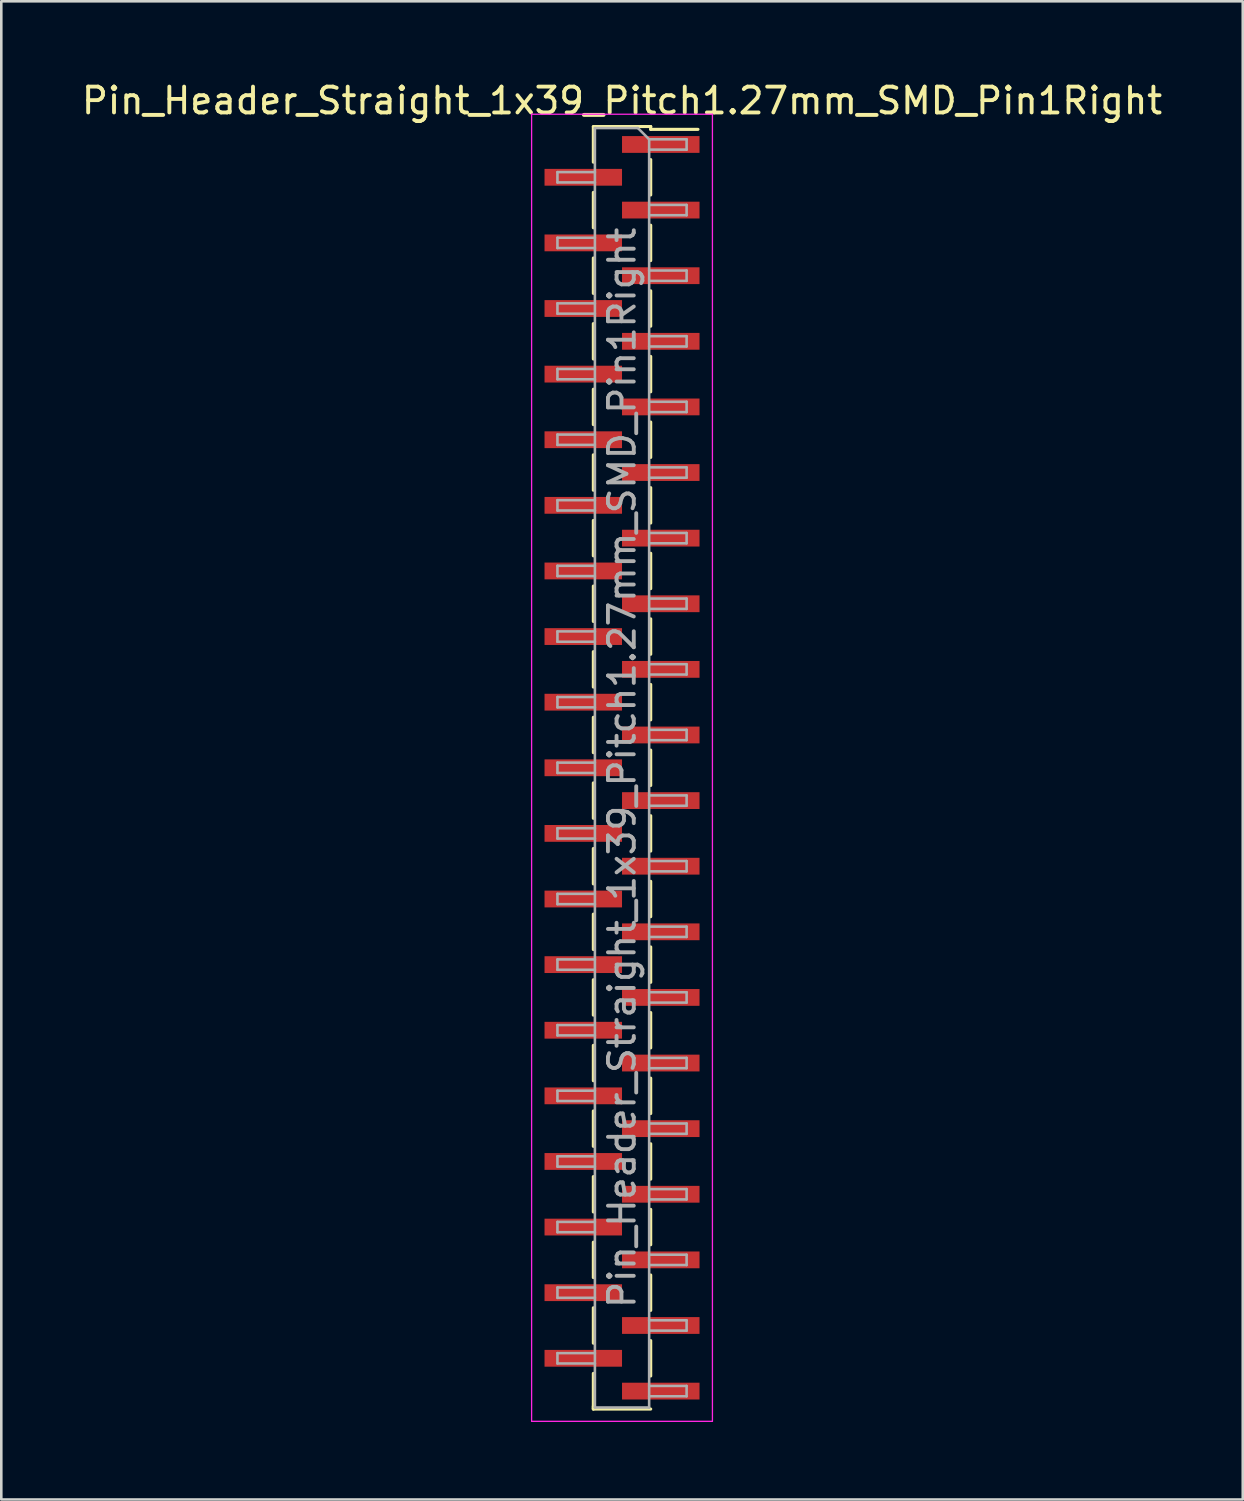
<source format=kicad_pcb>
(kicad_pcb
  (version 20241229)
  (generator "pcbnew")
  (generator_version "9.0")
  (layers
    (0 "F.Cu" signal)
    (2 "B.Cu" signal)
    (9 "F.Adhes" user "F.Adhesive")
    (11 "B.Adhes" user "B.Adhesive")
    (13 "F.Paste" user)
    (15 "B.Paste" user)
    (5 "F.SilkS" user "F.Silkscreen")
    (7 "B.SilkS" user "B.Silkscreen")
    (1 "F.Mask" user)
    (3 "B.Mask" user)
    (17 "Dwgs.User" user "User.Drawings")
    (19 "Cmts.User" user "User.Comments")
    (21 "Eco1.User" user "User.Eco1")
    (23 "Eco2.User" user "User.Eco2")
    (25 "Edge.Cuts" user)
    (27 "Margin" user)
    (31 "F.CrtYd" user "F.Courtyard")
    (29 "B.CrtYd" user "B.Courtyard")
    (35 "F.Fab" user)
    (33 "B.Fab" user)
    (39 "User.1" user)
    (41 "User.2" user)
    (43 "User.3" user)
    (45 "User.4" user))
  (footprint "Pin_Header_Straight_1x39_Pitch1.27mm_SMD_Pin1Right"
    (layer "F.Cu")
    (at 21.03 26.673)
    (property "Reference" "Pin_Header_Straight_1x39_Pitch1.27mm_SMD_Pin1Right" (at 0 -25.825 0) (layer "F.SilkS") (effects (font (size 1 1) (thickness 0.15))))
    (attr smd)
    (fp_line (start -1.11 -24.825) (end 1.11 -24.825) (stroke (width 0.12) (type solid)) (layer "F.SilkS"))
    (fp_line (start -1.11 -24.815) (end -1.11 -23.445) (stroke (width 0.12) (type solid)) (layer "F.SilkS"))
    (fp_line (start -1.11 -22.275) (end -1.11 -20.905) (stroke (width 0.12) (type solid)) (layer "F.SilkS"))
    (fp_line (start -1.11 -19.735) (end -1.11 -18.365) (stroke (width 0.12) (type solid)) (layer "F.SilkS"))
    (fp_line (start -1.11 -17.195) (end -1.11 -15.825) (stroke (width 0.12) (type solid)) (layer "F.SilkS"))
    (fp_line (start -1.11 -14.655) (end -1.11 -13.285) (stroke (width 0.12) (type solid)) (layer "F.SilkS"))
    (fp_line (start -1.11 -12.115) (end -1.11 -10.745) (stroke (width 0.12) (type solid)) (layer "F.SilkS"))
    (fp_line (start -1.11 -9.575) (end -1.11 -8.205) (stroke (width 0.12) (type solid)) (layer "F.SilkS"))
    (fp_line (start -1.11 -7.035) (end -1.11 -5.665) (stroke (width 0.12) (type solid)) (layer "F.SilkS"))
    (fp_line (start -1.11 -4.495) (end -1.11 -3.125) (stroke (width 0.12) (type solid)) (layer "F.SilkS"))
    (fp_line (start -1.11 -1.955) (end -1.11 -0.585) (stroke (width 0.12) (type solid)) (layer "F.SilkS"))
    (fp_line (start -1.11 0.585) (end -1.11 1.955) (stroke (width 0.12) (type solid)) (layer "F.SilkS"))
    (fp_line (start -1.11 3.125) (end -1.11 4.495) (stroke (width 0.12) (type solid)) (layer "F.SilkS"))
    (fp_line (start -1.11 5.665) (end -1.11 7.035) (stroke (width 0.12) (type solid)) (layer "F.SilkS"))
    (fp_line (start -1.11 8.205) (end -1.11 9.575) (stroke (width 0.12) (type solid)) (layer "F.SilkS"))
    (fp_line (start -1.11 10.745) (end -1.11 12.115) (stroke (width 0.12) (type solid)) (layer "F.SilkS"))
    (fp_line (start -1.11 13.285) (end -1.11 14.655) (stroke (width 0.12) (type solid)) (layer "F.SilkS"))
    (fp_line (start -1.11 15.825) (end -1.11 17.195) (stroke (width 0.12) (type solid)) (layer "F.SilkS"))
    (fp_line (start -1.11 18.365) (end -1.11 19.735) (stroke (width 0.12) (type solid)) (layer "F.SilkS"))
    (fp_line (start -1.11 20.905) (end -1.11 22.275) (stroke (width 0.12) (type solid)) (layer "F.SilkS"))
    (fp_line (start -1.11 23.445) (end -1.11 24.815) (stroke (width 0.12) (type solid)) (layer "F.SilkS"))
    (fp_line (start -1.11 24.715) (end -1.11 24.825) (stroke (width 0.12) (type solid)) (layer "F.SilkS"))
    (fp_line (start -1.11 24.825) (end 1.11 24.825) (stroke (width 0.12) (type solid)) (layer "F.SilkS"))
    (fp_line (start 1.11 -24.825) (end 1.11 -24.715) (stroke (width 0.12) (type solid)) (layer "F.SilkS"))
    (fp_line (start 1.11 -24.715) (end 2.94 -24.715) (stroke (width 0.12) (type solid)) (layer "F.SilkS"))
    (fp_line (start 1.11 -23.545) (end 1.11 -22.175) (stroke (width 0.12) (type solid)) (layer "F.SilkS"))
    (fp_line (start 1.11 -21.005) (end 1.11 -19.635) (stroke (width 0.12) (type solid)) (layer "F.SilkS"))
    (fp_line (start 1.11 -18.465) (end 1.11 -17.095) (stroke (width 0.12) (type solid)) (layer "F.SilkS"))
    (fp_line (start 1.11 -15.925) (end 1.11 -14.555) (stroke (width 0.12) (type solid)) (layer "F.SilkS"))
    (fp_line (start 1.11 -13.385) (end 1.11 -12.015) (stroke (width 0.12) (type solid)) (layer "F.SilkS"))
    (fp_line (start 1.11 -10.845) (end 1.11 -9.475) (stroke (width 0.12) (type solid)) (layer "F.SilkS"))
    (fp_line (start 1.11 -8.305) (end 1.11 -6.935) (stroke (width 0.12) (type solid)) (layer "F.SilkS"))
    (fp_line (start 1.11 -5.765) (end 1.11 -4.395) (stroke (width 0.12) (type solid)) (layer "F.SilkS"))
    (fp_line (start 1.11 -3.225) (end 1.11 -1.855) (stroke (width 0.12) (type solid)) (layer "F.SilkS"))
    (fp_line (start 1.11 -0.685) (end 1.11 0.685) (stroke (width 0.12) (type solid)) (layer "F.SilkS"))
    (fp_line (start 1.11 1.855) (end 1.11 3.225) (stroke (width 0.12) (type solid)) (layer "F.SilkS"))
    (fp_line (start 1.11 4.395) (end 1.11 5.765) (stroke (width 0.12) (type solid)) (layer "F.SilkS"))
    (fp_line (start 1.11 6.935) (end 1.11 8.305) (stroke (width 0.12) (type solid)) (layer "F.SilkS"))
    (fp_line (start 1.11 9.475) (end 1.11 10.845) (stroke (width 0.12) (type solid)) (layer "F.SilkS"))
    (fp_line (start 1.11 12.015) (end 1.11 13.385) (stroke (width 0.12) (type solid)) (layer "F.SilkS"))
    (fp_line (start 1.11 14.555) (end 1.11 15.925) (stroke (width 0.12) (type solid)) (layer "F.SilkS"))
    (fp_line (start 1.11 17.095) (end 1.11 18.465) (stroke (width 0.12) (type solid)) (layer "F.SilkS"))
    (fp_line (start 1.11 19.635) (end 1.11 21.005) (stroke (width 0.12) (type solid)) (layer "F.SilkS"))
    (fp_line (start 1.11 22.175) (end 1.11 23.545) (stroke (width 0.12) (type solid)) (layer "F.SilkS"))
    (fp_line (start -3.5 -25.3) (end -3.5 25.3) (stroke (width 0.05) (type solid)) (layer "F.CrtYd"))
    (fp_line (start -3.5 25.3) (end 3.5 25.3) (stroke (width 0.05) (type solid)) (layer "F.CrtYd"))
    (fp_line (start 3.5 -25.3) (end -3.5 -25.3) (stroke (width 0.05) (type solid)) (layer "F.CrtYd"))
    (fp_line (start 3.5 25.3) (end 3.5 -25.3) (stroke (width 0.05) (type solid)) (layer "F.CrtYd"))
    (fp_line (start -2.5 -23.06) (end -2.5 -22.66) (stroke (width 0.1) (type solid)) (layer "F.Fab"))
    (fp_line (start -2.5 -22.66) (end -1.05 -22.66) (stroke (width 0.1) (type solid)) (layer "F.Fab"))
    (fp_line (start -2.5 -20.52) (end -2.5 -20.12) (stroke (width 0.1) (type solid)) (layer "F.Fab"))
    (fp_line (start -2.5 -20.12) (end -1.05 -20.12) (stroke (width 0.1) (type solid)) (layer "F.Fab"))
    (fp_line (start -2.5 -17.98) (end -2.5 -17.58) (stroke (width 0.1) (type solid)) (layer "F.Fab"))
    (fp_line (start -2.5 -17.58) (end -1.05 -17.58) (stroke (width 0.1) (type solid)) (layer "F.Fab"))
    (fp_line (start -2.5 -15.44) (end -2.5 -15.04) (stroke (width 0.1) (type solid)) (layer "F.Fab"))
    (fp_line (start -2.5 -15.04) (end -1.05 -15.04) (stroke (width 0.1) (type solid)) (layer "F.Fab"))
    (fp_line (start -2.5 -12.9) (end -2.5 -12.5) (stroke (width 0.1) (type solid)) (layer "F.Fab"))
    (fp_line (start -2.5 -12.5) (end -1.05 -12.5) (stroke (width 0.1) (type solid)) (layer "F.Fab"))
    (fp_line (start -2.5 -10.36) (end -2.5 -9.96) (stroke (width 0.1) (type solid)) (layer "F.Fab"))
    (fp_line (start -2.5 -9.96) (end -1.05 -9.96) (stroke (width 0.1) (type solid)) (layer "F.Fab"))
    (fp_line (start -2.5 -7.82) (end -2.5 -7.42) (stroke (width 0.1) (type solid)) (layer "F.Fab"))
    (fp_line (start -2.5 -7.42) (end -1.05 -7.42) (stroke (width 0.1) (type solid)) (layer "F.Fab"))
    (fp_line (start -2.5 -5.28) (end -2.5 -4.88) (stroke (width 0.1) (type solid)) (layer "F.Fab"))
    (fp_line (start -2.5 -4.88) (end -1.05 -4.88) (stroke (width 0.1) (type solid)) (layer "F.Fab"))
    (fp_line (start -2.5 -2.74) (end -2.5 -2.34) (stroke (width 0.1) (type solid)) (layer "F.Fab"))
    (fp_line (start -2.5 -2.34) (end -1.05 -2.34) (stroke (width 0.1) (type solid)) (layer "F.Fab"))
    (fp_line (start -2.5 -0.2) (end -2.5 0.2) (stroke (width 0.1) (type solid)) (layer "F.Fab"))
    (fp_line (start -2.5 0.2) (end -1.05 0.2) (stroke (width 0.1) (type solid)) (layer "F.Fab"))
    (fp_line (start -2.5 2.34) (end -2.5 2.74) (stroke (width 0.1) (type solid)) (layer "F.Fab"))
    (fp_line (start -2.5 2.74) (end -1.05 2.74) (stroke (width 0.1) (type solid)) (layer "F.Fab"))
    (fp_line (start -2.5 4.88) (end -2.5 5.28) (stroke (width 0.1) (type solid)) (layer "F.Fab"))
    (fp_line (start -2.5 5.28) (end -1.05 5.28) (stroke (width 0.1) (type solid)) (layer "F.Fab"))
    (fp_line (start -2.5 7.42) (end -2.5 7.82) (stroke (width 0.1) (type solid)) (layer "F.Fab"))
    (fp_line (start -2.5 7.82) (end -1.05 7.82) (stroke (width 0.1) (type solid)) (layer "F.Fab"))
    (fp_line (start -2.5 9.96) (end -2.5 10.36) (stroke (width 0.1) (type solid)) (layer "F.Fab"))
    (fp_line (start -2.5 10.36) (end -1.05 10.36) (stroke (width 0.1) (type solid)) (layer "F.Fab"))
    (fp_line (start -2.5 12.5) (end -2.5 12.9) (stroke (width 0.1) (type solid)) (layer "F.Fab"))
    (fp_line (start -2.5 12.9) (end -1.05 12.9) (stroke (width 0.1) (type solid)) (layer "F.Fab"))
    (fp_line (start -2.5 15.04) (end -2.5 15.44) (stroke (width 0.1) (type solid)) (layer "F.Fab"))
    (fp_line (start -2.5 15.44) (end -1.05 15.44) (stroke (width 0.1) (type solid)) (layer "F.Fab"))
    (fp_line (start -2.5 17.58) (end -2.5 17.98) (stroke (width 0.1) (type solid)) (layer "F.Fab"))
    (fp_line (start -2.5 17.98) (end -1.05 17.98) (stroke (width 0.1) (type solid)) (layer "F.Fab"))
    (fp_line (start -2.5 20.12) (end -2.5 20.52) (stroke (width 0.1) (type solid)) (layer "F.Fab"))
    (fp_line (start -2.5 20.52) (end -1.05 20.52) (stroke (width 0.1) (type solid)) (layer "F.Fab"))
    (fp_line (start -2.5 22.66) (end -2.5 23.06) (stroke (width 0.1) (type solid)) (layer "F.Fab"))
    (fp_line (start -2.5 23.06) (end -1.05 23.06) (stroke (width 0.1) (type solid)) (layer "F.Fab"))
    (fp_line (start -1.05 -24.765) (end -1.05 24.765) (stroke (width 0.1) (type solid)) (layer "F.Fab"))
    (fp_line (start -1.05 -24.765) (end 0.615 -24.765) (stroke (width 0.1) (type solid)) (layer "F.Fab"))
    (fp_line (start -1.05 -23.06) (end -2.5 -23.06) (stroke (width 0.1) (type solid)) (layer "F.Fab"))
    (fp_line (start -1.05 -20.52) (end -2.5 -20.52) (stroke (width 0.1) (type solid)) (layer "F.Fab"))
    (fp_line (start -1.05 -17.98) (end -2.5 -17.98) (stroke (width 0.1) (type solid)) (layer "F.Fab"))
    (fp_line (start -1.05 -15.44) (end -2.5 -15.44) (stroke (width 0.1) (type solid)) (layer "F.Fab"))
    (fp_line (start -1.05 -12.9) (end -2.5 -12.9) (stroke (width 0.1) (type solid)) (layer "F.Fab"))
    (fp_line (start -1.05 -10.36) (end -2.5 -10.36) (stroke (width 0.1) (type solid)) (layer "F.Fab"))
    (fp_line (start -1.05 -7.82) (end -2.5 -7.82) (stroke (width 0.1) (type solid)) (layer "F.Fab"))
    (fp_line (start -1.05 -5.28) (end -2.5 -5.28) (stroke (width 0.1) (type solid)) (layer "F.Fab"))
    (fp_line (start -1.05 -2.74) (end -2.5 -2.74) (stroke (width 0.1) (type solid)) (layer "F.Fab"))
    (fp_line (start -1.05 -0.2) (end -2.5 -0.2) (stroke (width 0.1) (type solid)) (layer "F.Fab"))
    (fp_line (start -1.05 2.34) (end -2.5 2.34) (stroke (width 0.1) (type solid)) (layer "F.Fab"))
    (fp_line (start -1.05 4.88) (end -2.5 4.88) (stroke (width 0.1) (type solid)) (layer "F.Fab"))
    (fp_line (start -1.05 7.42) (end -2.5 7.42) (stroke (width 0.1) (type solid)) (layer "F.Fab"))
    (fp_line (start -1.05 9.96) (end -2.5 9.96) (stroke (width 0.1) (type solid)) (layer "F.Fab"))
    (fp_line (start -1.05 12.5) (end -2.5 12.5) (stroke (width 0.1) (type solid)) (layer "F.Fab"))
    (fp_line (start -1.05 15.04) (end -2.5 15.04) (stroke (width 0.1) (type solid)) (layer "F.Fab"))
    (fp_line (start -1.05 17.58) (end -2.5 17.58) (stroke (width 0.1) (type solid)) (layer "F.Fab"))
    (fp_line (start -1.05 20.12) (end -2.5 20.12) (stroke (width 0.1) (type solid)) (layer "F.Fab"))
    (fp_line (start -1.05 22.66) (end -2.5 22.66) (stroke (width 0.1) (type solid)) (layer "F.Fab"))
    (fp_line (start 1.05 -24.33) (end 0.615 -24.765) (stroke (width 0.1) (type solid)) (layer "F.Fab"))
    (fp_line (start 1.05 -24.33) (end 2.5 -24.33) (stroke (width 0.1) (type solid)) (layer "F.Fab"))
    (fp_line (start 1.05 -21.79) (end 2.5 -21.79) (stroke (width 0.1) (type solid)) (layer "F.Fab"))
    (fp_line (start 1.05 -19.25) (end 2.5 -19.25) (stroke (width 0.1) (type solid)) (layer "F.Fab"))
    (fp_line (start 1.05 -16.71) (end 2.5 -16.71) (stroke (width 0.1) (type solid)) (layer "F.Fab"))
    (fp_line (start 1.05 -14.17) (end 2.5 -14.17) (stroke (width 0.1) (type solid)) (layer "F.Fab"))
    (fp_line (start 1.05 -11.63) (end 2.5 -11.63) (stroke (width 0.1) (type solid)) (layer "F.Fab"))
    (fp_line (start 1.05 -9.09) (end 2.5 -9.09) (stroke (width 0.1) (type solid)) (layer "F.Fab"))
    (fp_line (start 1.05 -6.55) (end 2.5 -6.55) (stroke (width 0.1) (type solid)) (layer "F.Fab"))
    (fp_line (start 1.05 -4.01) (end 2.5 -4.01) (stroke (width 0.1) (type solid)) (layer "F.Fab"))
    (fp_line (start 1.05 -1.47) (end 2.5 -1.47) (stroke (width 0.1) (type solid)) (layer "F.Fab"))
    (fp_line (start 1.05 1.07) (end 2.5 1.07) (stroke (width 0.1) (type solid)) (layer "F.Fab"))
    (fp_line (start 1.05 3.61) (end 2.5 3.61) (stroke (width 0.1) (type solid)) (layer "F.Fab"))
    (fp_line (start 1.05 6.15) (end 2.5 6.15) (stroke (width 0.1) (type solid)) (layer "F.Fab"))
    (fp_line (start 1.05 8.69) (end 2.5 8.69) (stroke (width 0.1) (type solid)) (layer "F.Fab"))
    (fp_line (start 1.05 11.23) (end 2.5 11.23) (stroke (width 0.1) (type solid)) (layer "F.Fab"))
    (fp_line (start 1.05 13.77) (end 2.5 13.77) (stroke (width 0.1) (type solid)) (layer "F.Fab"))
    (fp_line (start 1.05 16.31) (end 2.5 16.31) (stroke (width 0.1) (type solid)) (layer "F.Fab"))
    (fp_line (start 1.05 18.85) (end 2.5 18.85) (stroke (width 0.1) (type solid)) (layer "F.Fab"))
    (fp_line (start 1.05 21.39) (end 2.5 21.39) (stroke (width 0.1) (type solid)) (layer "F.Fab"))
    (fp_line (start 1.05 23.93) (end 2.5 23.93) (stroke (width 0.1) (type solid)) (layer "F.Fab"))
    (fp_line (start 1.05 24.765) (end -1.05 24.765) (stroke (width 0.1) (type solid)) (layer "F.Fab"))
    (fp_line (start 1.05 24.765) (end 1.05 -24.33) (stroke (width 0.1) (type solid)) (layer "F.Fab"))
    (fp_line (start 2.5 -24.33) (end 2.5 -23.93) (stroke (width 0.1) (type solid)) (layer "F.Fab"))
    (fp_line (start 2.5 -23.93) (end 1.05 -23.93) (stroke (width 0.1) (type solid)) (layer "F.Fab"))
    (fp_line (start 2.5 -21.79) (end 2.5 -21.39) (stroke (width 0.1) (type solid)) (layer "F.Fab"))
    (fp_line (start 2.5 -21.39) (end 1.05 -21.39) (stroke (width 0.1) (type solid)) (layer "F.Fab"))
    (fp_line (start 2.5 -19.25) (end 2.5 -18.85) (stroke (width 0.1) (type solid)) (layer "F.Fab"))
    (fp_line (start 2.5 -18.85) (end 1.05 -18.85) (stroke (width 0.1) (type solid)) (layer "F.Fab"))
    (fp_line (start 2.5 -16.71) (end 2.5 -16.31) (stroke (width 0.1) (type solid)) (layer "F.Fab"))
    (fp_line (start 2.5 -16.31) (end 1.05 -16.31) (stroke (width 0.1) (type solid)) (layer "F.Fab"))
    (fp_line (start 2.5 -14.17) (end 2.5 -13.77) (stroke (width 0.1) (type solid)) (layer "F.Fab"))
    (fp_line (start 2.5 -13.77) (end 1.05 -13.77) (stroke (width 0.1) (type solid)) (layer "F.Fab"))
    (fp_line (start 2.5 -11.63) (end 2.5 -11.23) (stroke (width 0.1) (type solid)) (layer "F.Fab"))
    (fp_line (start 2.5 -11.23) (end 1.05 -11.23) (stroke (width 0.1) (type solid)) (layer "F.Fab"))
    (fp_line (start 2.5 -9.09) (end 2.5 -8.69) (stroke (width 0.1) (type solid)) (layer "F.Fab"))
    (fp_line (start 2.5 -8.69) (end 1.05 -8.69) (stroke (width 0.1) (type solid)) (layer "F.Fab"))
    (fp_line (start 2.5 -6.55) (end 2.5 -6.15) (stroke (width 0.1) (type solid)) (layer "F.Fab"))
    (fp_line (start 2.5 -6.15) (end 1.05 -6.15) (stroke (width 0.1) (type solid)) (layer "F.Fab"))
    (fp_line (start 2.5 -4.01) (end 2.5 -3.61) (stroke (width 0.1) (type solid)) (layer "F.Fab"))
    (fp_line (start 2.5 -3.61) (end 1.05 -3.61) (stroke (width 0.1) (type solid)) (layer "F.Fab"))
    (fp_line (start 2.5 -1.47) (end 2.5 -1.07) (stroke (width 0.1) (type solid)) (layer "F.Fab"))
    (fp_line (start 2.5 -1.07) (end 1.05 -1.07) (stroke (width 0.1) (type solid)) (layer "F.Fab"))
    (fp_line (start 2.5 1.07) (end 2.5 1.47) (stroke (width 0.1) (type solid)) (layer "F.Fab"))
    (fp_line (start 2.5 1.47) (end 1.05 1.47) (stroke (width 0.1) (type solid)) (layer "F.Fab"))
    (fp_line (start 2.5 3.61) (end 2.5 4.01) (stroke (width 0.1) (type solid)) (layer "F.Fab"))
    (fp_line (start 2.5 4.01) (end 1.05 4.01) (stroke (width 0.1) (type solid)) (layer "F.Fab"))
    (fp_line (start 2.5 6.15) (end 2.5 6.55) (stroke (width 0.1) (type solid)) (layer "F.Fab"))
    (fp_line (start 2.5 6.55) (end 1.05 6.55) (stroke (width 0.1) (type solid)) (layer "F.Fab"))
    (fp_line (start 2.5 8.69) (end 2.5 9.09) (stroke (width 0.1) (type solid)) (layer "F.Fab"))
    (fp_line (start 2.5 9.09) (end 1.05 9.09) (stroke (width 0.1) (type solid)) (layer "F.Fab"))
    (fp_line (start 2.5 11.23) (end 2.5 11.63) (stroke (width 0.1) (type solid)) (layer "F.Fab"))
    (fp_line (start 2.5 11.63) (end 1.05 11.63) (stroke (width 0.1) (type solid)) (layer "F.Fab"))
    (fp_line (start 2.5 13.77) (end 2.5 14.17) (stroke (width 0.1) (type solid)) (layer "F.Fab"))
    (fp_line (start 2.5 14.17) (end 1.05 14.17) (stroke (width 0.1) (type solid)) (layer "F.Fab"))
    (fp_line (start 2.5 16.31) (end 2.5 16.71) (stroke (width 0.1) (type solid)) (layer "F.Fab"))
    (fp_line (start 2.5 16.71) (end 1.05 16.71) (stroke (width 0.1) (type solid)) (layer "F.Fab"))
    (fp_line (start 2.5 18.85) (end 2.5 19.25) (stroke (width 0.1) (type solid)) (layer "F.Fab"))
    (fp_line (start 2.5 19.25) (end 1.05 19.25) (stroke (width 0.1) (type solid)) (layer "F.Fab"))
    (fp_line (start 2.5 21.39) (end 2.5 21.79) (stroke (width 0.1) (type solid)) (layer "F.Fab"))
    (fp_line (start 2.5 21.79) (end 1.05 21.79) (stroke (width 0.1) (type solid)) (layer "F.Fab"))
    (fp_line (start 2.5 23.93) (end 2.5 24.33) (stroke (width 0.1) (type solid)) (layer "F.Fab"))
    (fp_line (start 2.5 24.33) (end 1.05 24.33) (stroke (width 0.1) (type solid)) (layer "F.Fab"))
    (fp_text user "${REFERENCE}" (at 0 0 90) (layer "F.Fab") (effects (font (size 1 1) (thickness 0.15))))
    (pad "1" smd rect (at 1.5 -24.13) (size 3 0.65) (layers "F.Cu" "F.Mask" "F.Paste"))
    (pad "2" smd rect (at -1.5 -22.86) (size 3 0.65) (layers "F.Cu" "F.Mask" "F.Paste"))
    (pad "3" smd rect (at 1.5 -21.59) (size 3 0.65) (layers "F.Cu" "F.Mask" "F.Paste"))
    (pad "4" smd rect (at -1.5 -20.32) (size 3 0.65) (layers "F.Cu" "F.Mask" "F.Paste"))
    (pad "5" smd rect (at 1.5 -19.05) (size 3 0.65) (layers "F.Cu" "F.Mask" "F.Paste"))
    (pad "6" smd rect (at -1.5 -17.78) (size 3 0.65) (layers "F.Cu" "F.Mask" "F.Paste"))
    (pad "7" smd rect (at 1.5 -16.51) (size 3 0.65) (layers "F.Cu" "F.Mask" "F.Paste"))
    (pad "8" smd rect (at -1.5 -15.24) (size 3 0.65) (layers "F.Cu" "F.Mask" "F.Paste"))
    (pad "9" smd rect (at 1.5 -13.97) (size 3 0.65) (layers "F.Cu" "F.Mask" "F.Paste"))
    (pad "10" smd rect (at -1.5 -12.7) (size 3 0.65) (layers "F.Cu" "F.Mask" "F.Paste"))
    (pad "11" smd rect (at 1.5 -11.43) (size 3 0.65) (layers "F.Cu" "F.Mask" "F.Paste"))
    (pad "12" smd rect (at -1.5 -10.16) (size 3 0.65) (layers "F.Cu" "F.Mask" "F.Paste"))
    (pad "13" smd rect (at 1.5 -8.89) (size 3 0.65) (layers "F.Cu" "F.Mask" "F.Paste"))
    (pad "14" smd rect (at -1.5 -7.62) (size 3 0.65) (layers "F.Cu" "F.Mask" "F.Paste"))
    (pad "15" smd rect (at 1.5 -6.35) (size 3 0.65) (layers "F.Cu" "F.Mask" "F.Paste"))
    (pad "16" smd rect (at -1.5 -5.08) (size 3 0.65) (layers "F.Cu" "F.Mask" "F.Paste"))
    (pad "17" smd rect (at 1.5 -3.81) (size 3 0.65) (layers "F.Cu" "F.Mask" "F.Paste"))
    (pad "18" smd rect (at -1.5 -2.54) (size 3 0.65) (layers "F.Cu" "F.Mask" "F.Paste"))
    (pad "19" smd rect (at 1.5 -1.27) (size 3 0.65) (layers "F.Cu" "F.Mask" "F.Paste"))
    (pad "20" smd rect (at -1.5 0) (size 3 0.65) (layers "F.Cu" "F.Mask" "F.Paste"))
    (pad "21" smd rect (at 1.5 1.27) (size 3 0.65) (layers "F.Cu" "F.Mask" "F.Paste"))
    (pad "22" smd rect (at -1.5 2.54) (size 3 0.65) (layers "F.Cu" "F.Mask" "F.Paste"))
    (pad "23" smd rect (at 1.5 3.81) (size 3 0.65) (layers "F.Cu" "F.Mask" "F.Paste"))
    (pad "24" smd rect (at -1.5 5.08) (size 3 0.65) (layers "F.Cu" "F.Mask" "F.Paste"))
    (pad "25" smd rect (at 1.5 6.35) (size 3 0.65) (layers "F.Cu" "F.Mask" "F.Paste"))
    (pad "26" smd rect (at -1.5 7.62) (size 3 0.65) (layers "F.Cu" "F.Mask" "F.Paste"))
    (pad "27" smd rect (at 1.5 8.89) (size 3 0.65) (layers "F.Cu" "F.Mask" "F.Paste"))
    (pad "28" smd rect (at -1.5 10.16) (size 3 0.65) (layers "F.Cu" "F.Mask" "F.Paste"))
    (pad "29" smd rect (at 1.5 11.43) (size 3 0.65) (layers "F.Cu" "F.Mask" "F.Paste"))
    (pad "30" smd rect (at -1.5 12.7) (size 3 0.65) (layers "F.Cu" "F.Mask" "F.Paste"))
    (pad "31" smd rect (at 1.5 13.97) (size 3 0.65) (layers "F.Cu" "F.Mask" "F.Paste"))
    (pad "32" smd rect (at -1.5 15.24) (size 3 0.65) (layers "F.Cu" "F.Mask" "F.Paste"))
    (pad "33" smd rect (at 1.5 16.51) (size 3 0.65) (layers "F.Cu" "F.Mask" "F.Paste"))
    (pad "34" smd rect (at -1.5 17.78) (size 3 0.65) (layers "F.Cu" "F.Mask" "F.Paste"))
    (pad "35" smd rect (at 1.5 19.05) (size 3 0.65) (layers "F.Cu" "F.Mask" "F.Paste"))
    (pad "36" smd rect (at -1.5 20.32) (size 3 0.65) (layers "F.Cu" "F.Mask" "F.Paste"))
    (pad "37" smd rect (at 1.5 21.59) (size 3 0.65) (layers "F.Cu" "F.Mask" "F.Paste"))
    (pad "38" smd rect (at -1.5 22.86) (size 3 0.65) (layers "F.Cu" "F.Mask" "F.Paste"))
    (pad "39" smd rect (at 1.5 24.13) (size 3 0.65) (layers "F.Cu" "F.Mask" "F.Paste")))
  (gr_rect
    (start -3 -3)
    (end 45.06 54.998)
    (stroke (width 0.1) (type default))
    (fill no)
    (layer "Edge.Cuts")))
</source>
